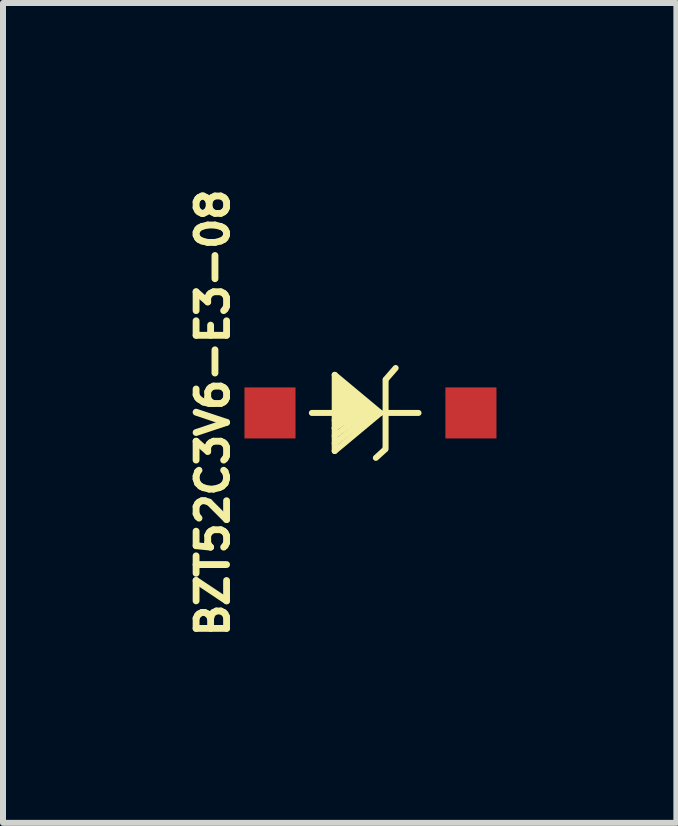
<source format=kicad_pcb>
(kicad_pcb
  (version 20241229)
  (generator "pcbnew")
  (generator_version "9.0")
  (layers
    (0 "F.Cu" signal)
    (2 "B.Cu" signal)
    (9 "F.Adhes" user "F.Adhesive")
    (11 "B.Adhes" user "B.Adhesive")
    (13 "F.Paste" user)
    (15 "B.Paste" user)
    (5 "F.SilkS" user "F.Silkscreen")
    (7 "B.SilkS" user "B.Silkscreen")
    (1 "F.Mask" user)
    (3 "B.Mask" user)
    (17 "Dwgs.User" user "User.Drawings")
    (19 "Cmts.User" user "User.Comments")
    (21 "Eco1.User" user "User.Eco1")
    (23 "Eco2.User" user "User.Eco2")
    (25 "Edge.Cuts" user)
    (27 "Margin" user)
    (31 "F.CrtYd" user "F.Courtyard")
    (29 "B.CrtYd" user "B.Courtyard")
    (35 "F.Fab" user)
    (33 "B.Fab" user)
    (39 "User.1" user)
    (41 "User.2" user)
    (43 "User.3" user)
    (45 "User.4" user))
  (footprint "BZT52C3V6-E3-08"
    (layer "F.Cu")
    (at 3.165 3.834)
    (property "Reference" "BZT52C3V6-E3-08" (at -2.667 0 90) (layer "F.SilkS") (effects (font (size 0.508 0.508) (thickness 0.114))))
    (attr through_hole)
    (fp_line (start -0.635 -0.635) (end -0.635 0) (stroke (width 0.1) (type solid)) (layer "F.SilkS"))
    (fp_line (start -0.635 0) (end -1.016 0) (stroke (width 0.1) (type solid)) (layer "F.SilkS"))
    (fp_line (start -0.635 0) (end 0.127 0) (stroke (width 0.1) (type solid)) (layer "F.SilkS"))
    (fp_line (start -0.635 0.254) (end -0.254 0) (stroke (width 0.1) (type solid)) (layer "F.SilkS"))
    (fp_line (start -0.635 0.508) (end 0 0) (stroke (width 0.1) (type solid)) (layer "F.SilkS"))
    (fp_line (start -0.635 0.635) (end -0.635 0) (stroke (width 0.1) (type solid)) (layer "F.SilkS"))
    (fp_line (start -0.572 -0.064) (end -0.572 -0.508) (stroke (width 0.1) (type solid)) (layer "F.SilkS"))
    (fp_line (start -0.508 0) (end -0.635 0.254) (stroke (width 0.1) (type solid)) (layer "F.SilkS"))
    (fp_line (start -0.508 0) (end -0.508 -0.508) (stroke (width 0.1) (type solid)) (layer "F.SilkS"))
    (fp_line (start -0.445 -0.445) (end -0.445 -0.064) (stroke (width 0.1) (type solid)) (layer "F.SilkS"))
    (fp_line (start -0.381 -0.064) (end -0.381 -0.381) (stroke (width 0.1) (type solid)) (layer "F.SilkS"))
    (fp_line (start -0.381 0) (end -0.635 0.127) (stroke (width 0.1) (type solid)) (layer "F.SilkS"))
    (fp_line (start -0.318 -0.318) (end -0.318 -0.064) (stroke (width 0.1) (type solid)) (layer "F.SilkS"))
    (fp_line (start -0.254 0) (end -0.254 -0.254) (stroke (width 0.1) (type solid)) (layer "F.SilkS"))
    (fp_line (start -0.191 -0.254) (end -0.191 -0.064) (stroke (width 0.1) (type solid)) (layer "F.SilkS"))
    (fp_line (start -0.127 -0.191) (end -0.127 -0.064) (stroke (width 0.1) (type solid)) (layer "F.SilkS"))
    (fp_line (start -0.127 0) (end -0.635 0.381) (stroke (width 0.1) (type solid)) (layer "F.SilkS"))
    (fp_line (start 0 -0.064) (end -0.191 -0.064) (stroke (width 0.1) (type solid)) (layer "F.SilkS"))
    (fp_line (start 0.127 0) (end -0.635 -0.635) (stroke (width 0.1) (type solid)) (layer "F.SilkS"))
    (fp_line (start 0.127 0) (end -0.635 0.635) (stroke (width 0.1) (type solid)) (layer "F.SilkS"))
    (fp_line (start 0.203 0.61) (end 0.051 0.749) (stroke (width 0.1) (type solid)) (layer "F.SilkS"))
    (fp_line (start 0.213 0.599) (end 0.213 -0.551) (stroke (width 0.1) (type solid)) (layer "F.SilkS"))
    (fp_line (start 0.216 -0.559) (end 0.381 -0.749) (stroke (width 0.1) (type solid)) (layer "F.SilkS"))
    (fp_line (start 0.254 0) (end 0.762 0) (stroke (width 0.1) (type solid)) (layer "F.SilkS"))
    (pad "1" smd rect (at -1.714 0) (size 0.851 0.851) (layers "F.Cu" "F.Mask" "F.Paste"))
    (pad "2" smd rect (at 1.636 0) (size 0.851 0.851) (layers "F.Cu" "F.Mask" "F.Paste")))
  (gr_rect
    (start -3 -3)
    (end 8.226 10.668)
    (stroke (width 0.1) (type default))
    (fill no)
    (layer "Edge.Cuts")))
</source>
